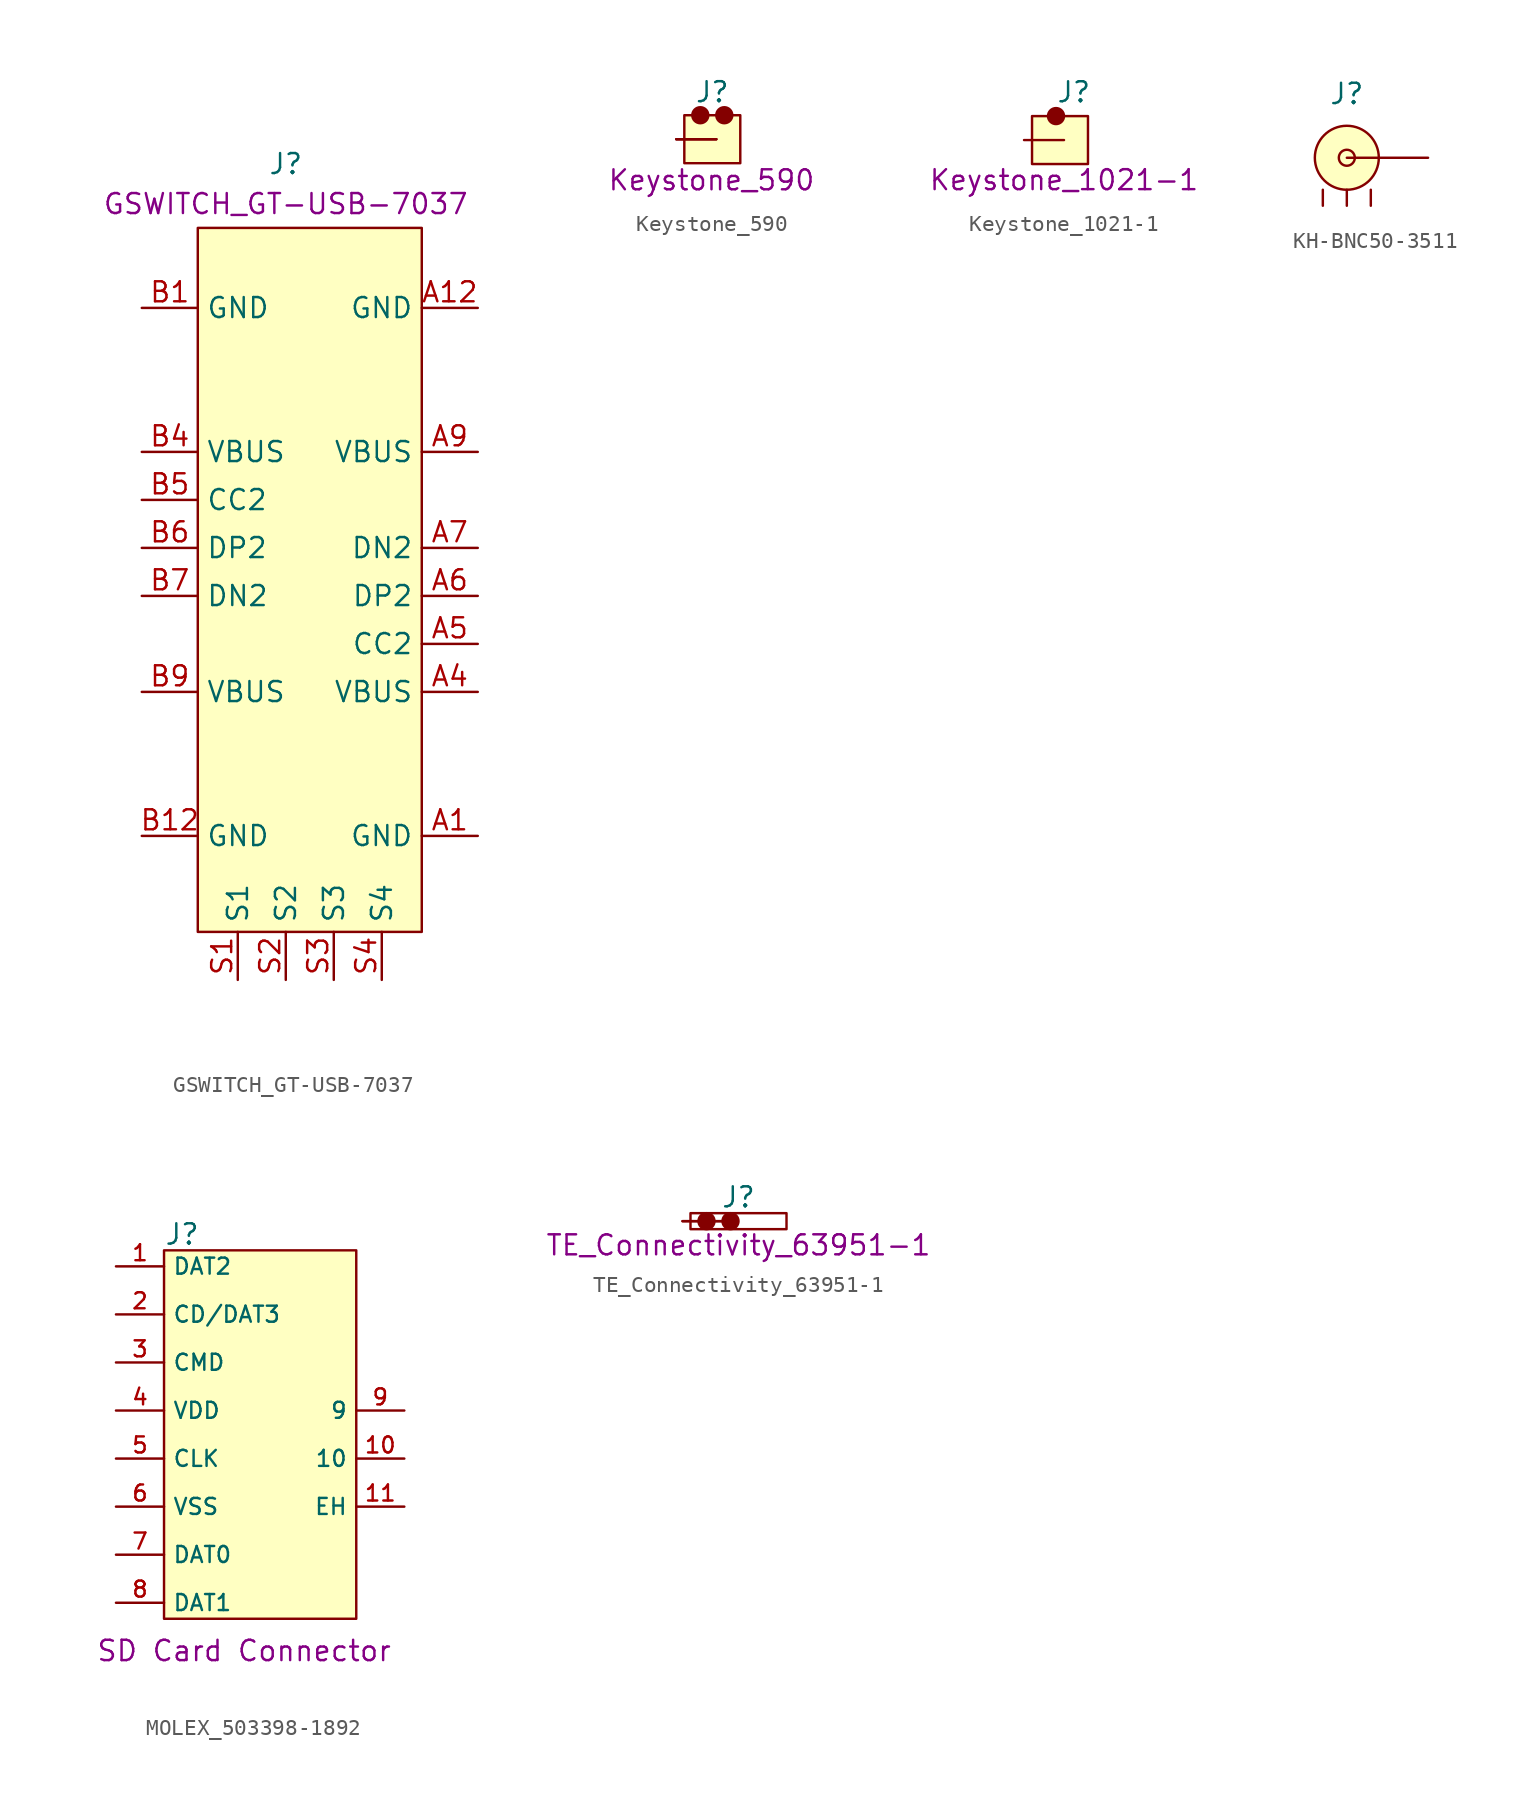
<source format=kicad_sym>
(kicad_symbol_lib
  (version 20241209)
  (generator "kicad_symbol_editor")
  (generator_version "9.0")
  (symbol "GSWITCH_GT-USB-7037"
    (property "Reference" "J"
      (at 9 9 0)
      (do_not_autoplace)
      (effects (font (size 1.25 1.25))))
    (property "Part#" "GSWITCH_GT-USB-7037"
      (at 9 6.5 0)
      (do_not_autoplace)
      (effects (font (size 1.25 1.25))))
    (symbol "GSWITCH_GT-USB-7037_1_1"
      (rectangle (start 3.5 5) (end 17.5 -39) (stroke (width 0) (type default)) (fill (type background)))
      (pin passive line (at 0 0 0) (length 3.5) (name "GND" (effects (font (size 1.25 1.25)))) (number "B1" (effects (font (size 1.25 1.25)))))
      (pin passive line (at 0 -9 0) (length 3.5) (name "VBUS" (effects (font (size 1.25 1.25)))) (number "B4" (effects (font (size 1.25 1.25)))))
      (pin passive line (at 0 -12 0) (length 3.5) (name "CC2" (effects (font (size 1.25 1.25)))) (number "B5" (effects (font (size 1.25 1.25)))))
      (pin passive line (at 0 -15 0) (length 3.5) (name "DP2" (effects (font (size 1.25 1.25)))) (number "B6" (effects (font (size 1.25 1.25)))))
      (pin passive line (at 0 -18 0) (length 3.5) (name "DN2" (effects (font (size 1.25 1.25)))) (number "B7" (effects (font (size 1.25 1.25)))))
      (pin passive line (at 0 -24 0) (length 3.5) (name "VBUS" (effects (font (size 1.25 1.25)))) (number "B9" (effects (font (size 1.25 1.25)))))
      (pin passive line (at 0 -33 0) (length 3.5) (name "GND" (effects (font (size 1.25 1.25)))) (number "B12" (effects (font (size 1.25 1.25)))))
      (pin passive line (at 6 -42 90) (length 3) (name "S1" (effects (font (size 1.25 1.25)))) (number "S1" (effects (font (size 1.25 1.25)))))
      (pin passive line (at 9 -42 90) (length 3) (name "S2" (effects (font (size 1.25 1.25)))) (number "S2" (effects (font (size 1.25 1.25)))))
      (pin passive line (at 12 -42 90) (length 3) (name "S3" (effects (font (size 1.25 1.25)))) (number "S3" (effects (font (size 1.25 1.25)))))
      (pin passive line (at 15 -42 90) (length 3) (name "S4" (effects (font (size 1.25 1.25)))) (number "S4" (effects (font (size 1.25 1.25)))))
      (pin passive line (at 21 0 180) (length 3.5) (name "GND" (effects (font (size 1.25 1.25)))) (number "A12" (effects (font (size 1.25 1.25)))))
      (pin passive line (at 21 -9 180) (length 3.5) (name "VBUS" (effects (font (size 1.25 1.25)))) (number "A9" (effects (font (size 1.25 1.25)))))
      (pin passive line (at 21 -15 180) (length 3.5) (name "DN2" (effects (font (size 1.25 1.25)))) (number "A7" (effects (font (size 1.25 1.25)))))
      (pin passive line (at 21 -18 180) (length 3.5) (name "DP2" (effects (font (size 1.25 1.25)))) (number "A6" (effects (font (size 1.25 1.25)))))
      (pin passive line (at 21 -21 180) (length 3.5) (name "CC2" (effects (font (size 1.25 1.25)))) (number "A5" (effects (font (size 1.25 1.25)))))
      (pin passive line (at 21 -24 180) (length 3.5) (name "VBUS" (effects (font (size 1.25 1.25)))) (number "A4" (effects (font (size 1.25 1.25)))))
      (pin passive line (at 21 -33 180) (length 3.5) (name "GND" (effects (font (size 1.25 1.25)))) (number "A1" (effects (font (size 1.25 1.25)))))))
  (symbol "Keystone_590"
    (pin_numbers
      (hide yes))
    (pin_names
      (hide yes))
    (property "Reference" "J"
      (at 2.25 2.95 0)
      (do_not_autoplace)
      (effects (font (size 1.25 1.25))))
    (property "Part#" "Keystone_590"
      (at 2.2 -2.56 0)
      (do_not_autoplace)
      (effects (font (size 1.25 1.25))))
    (symbol "Keystone_590_1_1"
      (rectangle (start 0.5 -1.5) (end 4 1.5) (stroke (width 0) (type default)) (fill (type background)))
      (circle (center 1.5 1.5) (radius 0.5) (stroke (width 0) (type default)) (fill (type outline)))
      (circle (center 3 1.5) (radius 0.5) (stroke (width 0) (type default)) (fill (type outline)))
      (pin passive line (at 0 0 0) (length 2.5) (name "1" (effects (font (size 1.25 1.25)))) (number "1" (effects (font (size 1.25 1.25)))))
      (pin passive line (at 0 0 0) (length 2.5) (name "2" (effects (font (size 1.25 1.25)))) (number "2" (effects (font (size 1.25 1.25)))))
      (pin passive line (at 0 0 0) (length 2.5) (name "3" (effects (font (size 1.25 1.25)))) (number "3" (effects (font (size 1.25 1.25)))))))
  (symbol "Keystone_1021-1"
    (pin_numbers
      (hide yes))
    (pin_names
      (hide yes))
    (property "Reference" "J"
      (at 2 3 0)
      (do_not_autoplace)
      (effects (font (size 1.25 1.25)) (justify left)))
    (property "Part#" "Keystone_1021-1"
      (at 2.5 -2.5 0)
      (effects (font (size 1.25 1.25))))
    (symbol "Keystone_1021-1_1_1"
      (rectangle (start 0.5 -1.5) (end 4 1.5) (stroke (width 0) (type default)) (fill (type background)))
      (circle (center 2 1.5) (radius 0.5) (stroke (width 0) (type default)) (fill (type outline)))
      (pin passive line (at 0 0 0) (length 2.5) (name "1" (effects (font (size 1.25 1.25)))) (number "1" (effects (font (size 1.25 1.25)))))))
  (symbol "KH-BNC50-3511"
    (pin_numbers
      (hide yes))
    (pin_names
      (hide yes))
    (property "Reference" "J"
      (at 0 4 0)
      (effects (font (size 1.27 1.27))))
    (symbol "KH-BNC50-3511_0_1"
      (circle (center 0 0) (radius 0.5) (stroke (width 0) (type default)) (fill (type background)))
      (circle (center 0 0) (radius 2) (stroke (width 0) (type default)) (fill (type background)))
      (pin unspecified line (at 5.08 0 180) (length 5.08) (name "OUT" (effects (font (size 1 1)))) (number "1" (effects (font (size 1 1))))))
    (symbol "KH-BNC50-3511_1_1"
      (pin unspecified line (at -1.5 -3 90) (length 1) (name "3" (effects (font (size 1 1)))) (number "3" (effects (font (size 1 1)))))
      (pin unspecified line (at 0 -3 90) (length 1) (name "2" (effects (font (size 1 1)))) (number "2" (effects (font (size 1 1)))))
      (pin unspecified line (at 1.5 -3 90) (length 1) (name "4" (effects (font (size 1 1)))) (number "4" (effects (font (size 1 1)))))))
  (symbol "MOLEX_503398-1892"
    (property "Reference" "J"
      (at 3 2 0)
      (effects (font (size 1.27 1.27)) (justify left)))
    (property "Description" "SD Card Connector"
      (at 8 -24 0)
      (effects (font (size 1.27 1.27))))
    (symbol "MOLEX_503398-1892_0_1"
      (rectangle (start 3 1) (end 15 -22) (stroke (width 0) (type default)) (fill (type background))))
    (symbol "MOLEX_503398-1892_1_1"
      (pin bidirectional line (at 0 0 0) (length 3) (name "DAT2" (effects (font (size 1 1)))) (number "1" (effects (font (size 1 1)))))
      (pin bidirectional line (at 0 -3 0) (length 3) (name "CD/DAT3" (effects (font (size 1 1)))) (number "2" (effects (font (size 1 1)))))
      (pin input line (at 0 -6 0) (length 3) (name "CMD" (effects (font (size 1 1)))) (number "3" (effects (font (size 1 1)))))
      (pin power_in line (at 0 -9 0) (length 3) (name "VDD" (effects (font (size 1 1)))) (number "4" (effects (font (size 1 1)))))
      (pin input line (at 0 -12 0) (length 3) (name "CLK" (effects (font (size 1 1)))) (number "5" (effects (font (size 1 1)))))
      (pin power_in line (at 0 -15 0) (length 3) (name "VSS" (effects (font (size 1 1)))) (number "6" (effects (font (size 1 1)))))
      (pin bidirectional line (at 0 -18 0) (length 3) (name "DAT0" (effects (font (size 1 1)))) (number "7" (effects (font (size 1 1)))))
      (pin bidirectional line (at 0 -21 0) (length 3) (name "DAT1" (effects (font (size 1 1)))) (number "8" (effects (font (size 1 1)))))
      (pin output line (at 18 -9 180) (length 3) (name "9" (effects (font (size 1 1)))) (number "9" (effects (font (size 1 1)))))
      (pin passive line (at 18 -12 180) (length 3) (name "10" (effects (font (size 1 1)))) (number "10" (effects (font (size 1 1)))))
      (pin passive line (at 18 -15 180) (length 3) (name "EH" (effects (font (size 1 1)))) (number "11" (effects (font (size 1 1)))))))
  (symbol "TE_Connectivity_63951-1"
    (pin_numbers
      (hide yes))
    (pin_names
      (hide yes))
    (property "Reference" "J"
      (at 3.5 1.5 0)
      (effects (font (size 1.25 1.25))))
    (property "Part#" "TE_Connectivity_63951-1"
      (at 3.5 -1.5 0)
      (do_not_autoplace)
      (effects (font (size 1.25 1.25))))
    (symbol "TE_Connectivity_63951-1_0_1"
      (polyline (pts (xy 0.5 0) (xy 0.5 -0.5) (xy 6.5 -0.5) (xy 6.5 0.5) (xy 0.5 0.5) (xy 0.5 0)) (stroke (width 0) (type default)) (fill (type none))))
    (symbol "TE_Connectivity_63951-1_1_1"
      (circle (center 1.5 0) (radius 0.5) (stroke (width 0) (type default)) (fill (type outline)))
      (circle (center 3 0) (radius 0.5) (stroke (width 0) (type default)) (fill (type outline)))
      (pin passive line (at 0 0 0) (length 2.55) (name "1" (effects (font (size 1.25 1.25)))) (number "1" (effects (font (size 1.25 1.25)))))
      (pin passive line (at 0 0 0) (length 2.55) (name "2" (effects (font (size 1.25 1.25)))) (number "2" (effects (font (size 1.25 1.25))))))))
</source>
